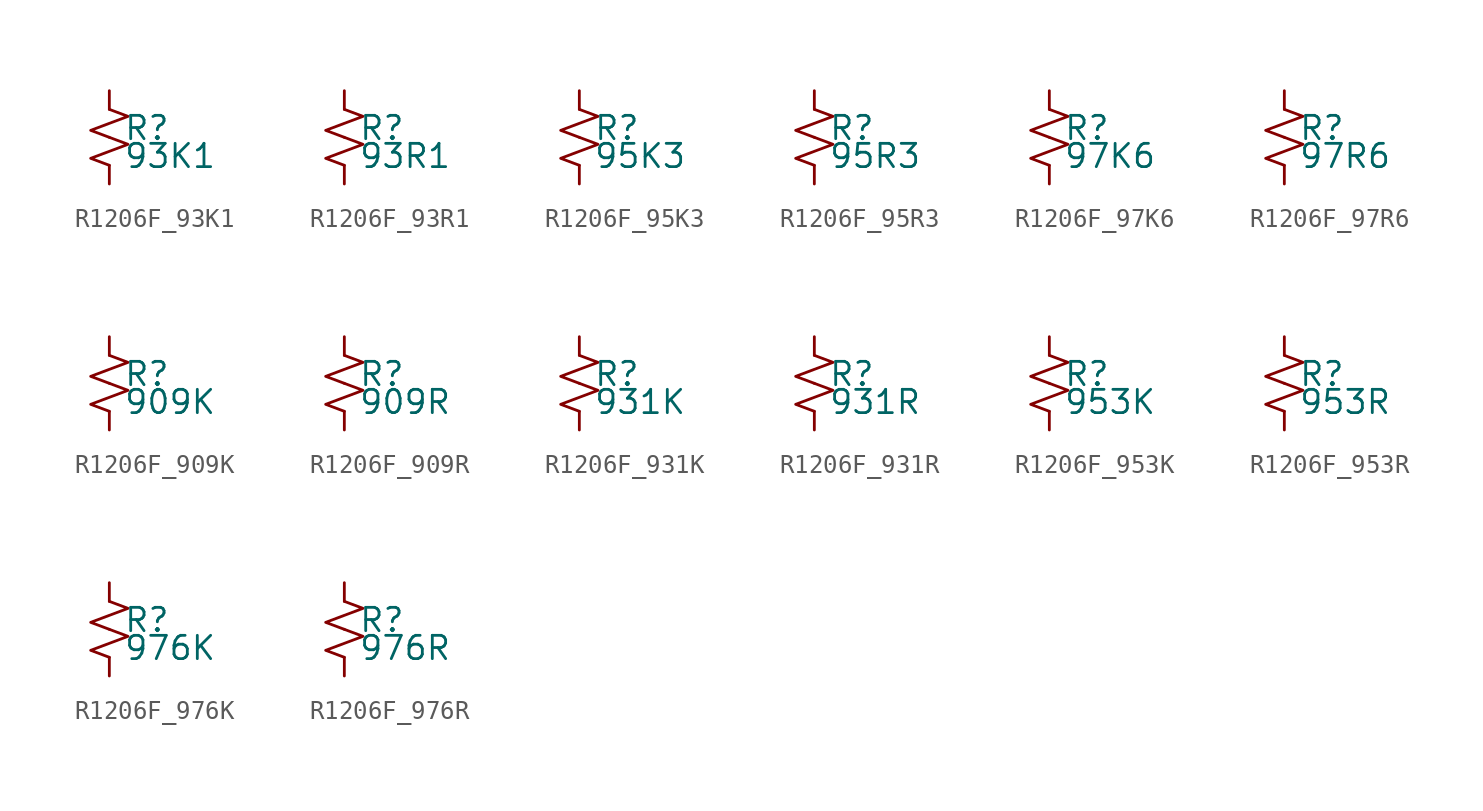
<source format=kicad_sym>
(kicad_symbol_lib
  (version 20220914)
  (generator kicad_symbol_editor)
  (symbol "R1206F_93K1"
    (pin_numbers hide)
    (pin_names
      (offset 0.254) hide)
    (property "Reference" "R"
      (at 0.762 0.508 0)
      (effects (font (size 1.27 1.27)) (justify left)))
    (property "Value" "93K1"
      (at 0.762 -1.016 0)
      (effects (font (size 1.27 1.27)) (justify left)))
    (symbol "R1206F_93K1_1_1"
      (polyline (pts (xy 0 0) (xy 1.016 -0.381) (xy 0 -0.762) (xy -1.016 -1.143) (xy 0 -1.524)) (stroke (width 0) (type default)) (fill (type none)))
      (polyline (pts (xy 0 1.524) (xy 1.016 1.143) (xy 0 0.762) (xy -1.016 0.381) (xy 0 0)) (stroke (width 0) (type default)) (fill (type none)))
      (pin passive line (at 0 2.54 270) (length 1.016) (name "~" (effects (font (size 1.27 1.27)))) (number "1" (effects (font (size 1.27 1.27)))))
      (pin passive line (at 0 -2.54 90) (length 1.016) (name "~" (effects (font (size 1.27 1.27)))) (number "2" (effects (font (size 1.27 1.27)))))))
  (symbol "R1206F_93R1"
    (pin_numbers hide)
    (pin_names
      (offset 0.254) hide)
    (property "Reference" "R"
      (at 0.762 0.508 0)
      (effects (font (size 1.27 1.27)) (justify left)))
    (property "Value" "93R1"
      (at 0.762 -1.016 0)
      (effects (font (size 1.27 1.27)) (justify left)))
    (symbol "R1206F_93R1_1_1"
      (polyline (pts (xy 0 0) (xy 1.016 -0.381) (xy 0 -0.762) (xy -1.016 -1.143) (xy 0 -1.524)) (stroke (width 0) (type default)) (fill (type none)))
      (polyline (pts (xy 0 1.524) (xy 1.016 1.143) (xy 0 0.762) (xy -1.016 0.381) (xy 0 0)) (stroke (width 0) (type default)) (fill (type none)))
      (pin passive line (at 0 2.54 270) (length 1.016) (name "~" (effects (font (size 1.27 1.27)))) (number "1" (effects (font (size 1.27 1.27)))))
      (pin passive line (at 0 -2.54 90) (length 1.016) (name "~" (effects (font (size 1.27 1.27)))) (number "2" (effects (font (size 1.27 1.27)))))))
  (symbol "R1206F_95K3"
    (pin_numbers hide)
    (pin_names
      (offset 0.254) hide)
    (property "Reference" "R"
      (at 0.762 0.508 0)
      (effects (font (size 1.27 1.27)) (justify left)))
    (property "Value" "95K3"
      (at 0.762 -1.016 0)
      (effects (font (size 1.27 1.27)) (justify left)))
    (symbol "R1206F_95K3_1_1"
      (polyline (pts (xy 0 0) (xy 1.016 -0.381) (xy 0 -0.762) (xy -1.016 -1.143) (xy 0 -1.524)) (stroke (width 0) (type default)) (fill (type none)))
      (polyline (pts (xy 0 1.524) (xy 1.016 1.143) (xy 0 0.762) (xy -1.016 0.381) (xy 0 0)) (stroke (width 0) (type default)) (fill (type none)))
      (pin passive line (at 0 2.54 270) (length 1.016) (name "~" (effects (font (size 1.27 1.27)))) (number "1" (effects (font (size 1.27 1.27)))))
      (pin passive line (at 0 -2.54 90) (length 1.016) (name "~" (effects (font (size 1.27 1.27)))) (number "2" (effects (font (size 1.27 1.27)))))))
  (symbol "R1206F_95R3"
    (pin_numbers hide)
    (pin_names
      (offset 0.254) hide)
    (property "Reference" "R"
      (at 0.762 0.508 0)
      (effects (font (size 1.27 1.27)) (justify left)))
    (property "Value" "95R3"
      (at 0.762 -1.016 0)
      (effects (font (size 1.27 1.27)) (justify left)))
    (symbol "R1206F_95R3_1_1"
      (polyline (pts (xy 0 0) (xy 1.016 -0.381) (xy 0 -0.762) (xy -1.016 -1.143) (xy 0 -1.524)) (stroke (width 0) (type default)) (fill (type none)))
      (polyline (pts (xy 0 1.524) (xy 1.016 1.143) (xy 0 0.762) (xy -1.016 0.381) (xy 0 0)) (stroke (width 0) (type default)) (fill (type none)))
      (pin passive line (at 0 2.54 270) (length 1.016) (name "~" (effects (font (size 1.27 1.27)))) (number "1" (effects (font (size 1.27 1.27)))))
      (pin passive line (at 0 -2.54 90) (length 1.016) (name "~" (effects (font (size 1.27 1.27)))) (number "2" (effects (font (size 1.27 1.27)))))))
  (symbol "R1206F_97K6"
    (pin_numbers hide)
    (pin_names
      (offset 0.254) hide)
    (property "Reference" "R"
      (at 0.762 0.508 0)
      (effects (font (size 1.27 1.27)) (justify left)))
    (property "Value" "97K6"
      (at 0.762 -1.016 0)
      (effects (font (size 1.27 1.27)) (justify left)))
    (symbol "R1206F_97K6_1_1"
      (polyline (pts (xy 0 0) (xy 1.016 -0.381) (xy 0 -0.762) (xy -1.016 -1.143) (xy 0 -1.524)) (stroke (width 0) (type default)) (fill (type none)))
      (polyline (pts (xy 0 1.524) (xy 1.016 1.143) (xy 0 0.762) (xy -1.016 0.381) (xy 0 0)) (stroke (width 0) (type default)) (fill (type none)))
      (pin passive line (at 0 2.54 270) (length 1.016) (name "~" (effects (font (size 1.27 1.27)))) (number "1" (effects (font (size 1.27 1.27)))))
      (pin passive line (at 0 -2.54 90) (length 1.016) (name "~" (effects (font (size 1.27 1.27)))) (number "2" (effects (font (size 1.27 1.27)))))))
  (symbol "R1206F_97R6"
    (pin_numbers hide)
    (pin_names
      (offset 0.254) hide)
    (property "Reference" "R"
      (at 0.762 0.508 0)
      (effects (font (size 1.27 1.27)) (justify left)))
    (property "Value" "97R6"
      (at 0.762 -1.016 0)
      (effects (font (size 1.27 1.27)) (justify left)))
    (symbol "R1206F_97R6_1_1"
      (polyline (pts (xy 0 0) (xy 1.016 -0.381) (xy 0 -0.762) (xy -1.016 -1.143) (xy 0 -1.524)) (stroke (width 0) (type default)) (fill (type none)))
      (polyline (pts (xy 0 1.524) (xy 1.016 1.143) (xy 0 0.762) (xy -1.016 0.381) (xy 0 0)) (stroke (width 0) (type default)) (fill (type none)))
      (pin passive line (at 0 2.54 270) (length 1.016) (name "~" (effects (font (size 1.27 1.27)))) (number "1" (effects (font (size 1.27 1.27)))))
      (pin passive line (at 0 -2.54 90) (length 1.016) (name "~" (effects (font (size 1.27 1.27)))) (number "2" (effects (font (size 1.27 1.27)))))))
  (symbol "R1206F_909K"
    (pin_numbers hide)
    (pin_names
      (offset 0.254) hide)
    (property "Reference" "R"
      (at 0.762 0.508 0)
      (effects (font (size 1.27 1.27)) (justify left)))
    (property "Value" "909K"
      (at 0.762 -1.016 0)
      (effects (font (size 1.27 1.27)) (justify left)))
    (symbol "R1206F_909K_1_1"
      (polyline (pts (xy 0 0) (xy 1.016 -0.381) (xy 0 -0.762) (xy -1.016 -1.143) (xy 0 -1.524)) (stroke (width 0) (type default)) (fill (type none)))
      (polyline (pts (xy 0 1.524) (xy 1.016 1.143) (xy 0 0.762) (xy -1.016 0.381) (xy 0 0)) (stroke (width 0) (type default)) (fill (type none)))
      (pin passive line (at 0 2.54 270) (length 1.016) (name "~" (effects (font (size 1.27 1.27)))) (number "1" (effects (font (size 1.27 1.27)))))
      (pin passive line (at 0 -2.54 90) (length 1.016) (name "~" (effects (font (size 1.27 1.27)))) (number "2" (effects (font (size 1.27 1.27)))))))
  (symbol "R1206F_909R"
    (pin_numbers hide)
    (pin_names
      (offset 0.254) hide)
    (property "Reference" "R"
      (at 0.762 0.508 0)
      (effects (font (size 1.27 1.27)) (justify left)))
    (property "Value" "909R"
      (at 0.762 -1.016 0)
      (effects (font (size 1.27 1.27)) (justify left)))
    (symbol "R1206F_909R_1_1"
      (polyline (pts (xy 0 0) (xy 1.016 -0.381) (xy 0 -0.762) (xy -1.016 -1.143) (xy 0 -1.524)) (stroke (width 0) (type default)) (fill (type none)))
      (polyline (pts (xy 0 1.524) (xy 1.016 1.143) (xy 0 0.762) (xy -1.016 0.381) (xy 0 0)) (stroke (width 0) (type default)) (fill (type none)))
      (pin passive line (at 0 2.54 270) (length 1.016) (name "~" (effects (font (size 1.27 1.27)))) (number "1" (effects (font (size 1.27 1.27)))))
      (pin passive line (at 0 -2.54 90) (length 1.016) (name "~" (effects (font (size 1.27 1.27)))) (number "2" (effects (font (size 1.27 1.27)))))))
  (symbol "R1206F_931K"
    (pin_numbers hide)
    (pin_names
      (offset 0.254) hide)
    (property "Reference" "R"
      (at 0.762 0.508 0)
      (effects (font (size 1.27 1.27)) (justify left)))
    (property "Value" "931K"
      (at 0.762 -1.016 0)
      (effects (font (size 1.27 1.27)) (justify left)))
    (symbol "R1206F_931K_1_1"
      (polyline (pts (xy 0 0) (xy 1.016 -0.381) (xy 0 -0.762) (xy -1.016 -1.143) (xy 0 -1.524)) (stroke (width 0) (type default)) (fill (type none)))
      (polyline (pts (xy 0 1.524) (xy 1.016 1.143) (xy 0 0.762) (xy -1.016 0.381) (xy 0 0)) (stroke (width 0) (type default)) (fill (type none)))
      (pin passive line (at 0 2.54 270) (length 1.016) (name "~" (effects (font (size 1.27 1.27)))) (number "1" (effects (font (size 1.27 1.27)))))
      (pin passive line (at 0 -2.54 90) (length 1.016) (name "~" (effects (font (size 1.27 1.27)))) (number "2" (effects (font (size 1.27 1.27)))))))
  (symbol "R1206F_931R"
    (pin_numbers hide)
    (pin_names
      (offset 0.254) hide)
    (property "Reference" "R"
      (at 0.762 0.508 0)
      (effects (font (size 1.27 1.27)) (justify left)))
    (property "Value" "931R"
      (at 0.762 -1.016 0)
      (effects (font (size 1.27 1.27)) (justify left)))
    (symbol "R1206F_931R_1_1"
      (polyline (pts (xy 0 0) (xy 1.016 -0.381) (xy 0 -0.762) (xy -1.016 -1.143) (xy 0 -1.524)) (stroke (width 0) (type default)) (fill (type none)))
      (polyline (pts (xy 0 1.524) (xy 1.016 1.143) (xy 0 0.762) (xy -1.016 0.381) (xy 0 0)) (stroke (width 0) (type default)) (fill (type none)))
      (pin passive line (at 0 2.54 270) (length 1.016) (name "~" (effects (font (size 1.27 1.27)))) (number "1" (effects (font (size 1.27 1.27)))))
      (pin passive line (at 0 -2.54 90) (length 1.016) (name "~" (effects (font (size 1.27 1.27)))) (number "2" (effects (font (size 1.27 1.27)))))))
  (symbol "R1206F_953K"
    (pin_numbers hide)
    (pin_names
      (offset 0.254) hide)
    (property "Reference" "R"
      (at 0.762 0.508 0)
      (effects (font (size 1.27 1.27)) (justify left)))
    (property "Value" "953K"
      (at 0.762 -1.016 0)
      (effects (font (size 1.27 1.27)) (justify left)))
    (symbol "R1206F_953K_1_1"
      (polyline (pts (xy 0 0) (xy 1.016 -0.381) (xy 0 -0.762) (xy -1.016 -1.143) (xy 0 -1.524)) (stroke (width 0) (type default)) (fill (type none)))
      (polyline (pts (xy 0 1.524) (xy 1.016 1.143) (xy 0 0.762) (xy -1.016 0.381) (xy 0 0)) (stroke (width 0) (type default)) (fill (type none)))
      (pin passive line (at 0 2.54 270) (length 1.016) (name "~" (effects (font (size 1.27 1.27)))) (number "1" (effects (font (size 1.27 1.27)))))
      (pin passive line (at 0 -2.54 90) (length 1.016) (name "~" (effects (font (size 1.27 1.27)))) (number "2" (effects (font (size 1.27 1.27)))))))
  (symbol "R1206F_953R"
    (pin_numbers hide)
    (pin_names
      (offset 0.254) hide)
    (property "Reference" "R"
      (at 0.762 0.508 0)
      (effects (font (size 1.27 1.27)) (justify left)))
    (property "Value" "953R"
      (at 0.762 -1.016 0)
      (effects (font (size 1.27 1.27)) (justify left)))
    (symbol "R1206F_953R_1_1"
      (polyline (pts (xy 0 0) (xy 1.016 -0.381) (xy 0 -0.762) (xy -1.016 -1.143) (xy 0 -1.524)) (stroke (width 0) (type default)) (fill (type none)))
      (polyline (pts (xy 0 1.524) (xy 1.016 1.143) (xy 0 0.762) (xy -1.016 0.381) (xy 0 0)) (stroke (width 0) (type default)) (fill (type none)))
      (pin passive line (at 0 2.54 270) (length 1.016) (name "~" (effects (font (size 1.27 1.27)))) (number "1" (effects (font (size 1.27 1.27)))))
      (pin passive line (at 0 -2.54 90) (length 1.016) (name "~" (effects (font (size 1.27 1.27)))) (number "2" (effects (font (size 1.27 1.27)))))))
  (symbol "R1206F_976K"
    (pin_numbers hide)
    (pin_names
      (offset 0.254) hide)
    (property "Reference" "R"
      (at 0.762 0.508 0)
      (effects (font (size 1.27 1.27)) (justify left)))
    (property "Value" "976K"
      (at 0.762 -1.016 0)
      (effects (font (size 1.27 1.27)) (justify left)))
    (symbol "R1206F_976K_1_1"
      (polyline (pts (xy 0 0) (xy 1.016 -0.381) (xy 0 -0.762) (xy -1.016 -1.143) (xy 0 -1.524)) (stroke (width 0) (type default)) (fill (type none)))
      (polyline (pts (xy 0 1.524) (xy 1.016 1.143) (xy 0 0.762) (xy -1.016 0.381) (xy 0 0)) (stroke (width 0) (type default)) (fill (type none)))
      (pin passive line (at 0 2.54 270) (length 1.016) (name "~" (effects (font (size 1.27 1.27)))) (number "1" (effects (font (size 1.27 1.27)))))
      (pin passive line (at 0 -2.54 90) (length 1.016) (name "~" (effects (font (size 1.27 1.27)))) (number "2" (effects (font (size 1.27 1.27)))))))
  (symbol "R1206F_976R"
    (pin_numbers hide)
    (pin_names
      (offset 0.254) hide)
    (property "Reference" "R"
      (at 0.762 0.508 0)
      (effects (font (size 1.27 1.27)) (justify left)))
    (property "Value" "976R"
      (at 0.762 -1.016 0)
      (effects (font (size 1.27 1.27)) (justify left)))
    (symbol "R1206F_976R_1_1"
      (polyline (pts (xy 0 0) (xy 1.016 -0.381) (xy 0 -0.762) (xy -1.016 -1.143) (xy 0 -1.524)) (stroke (width 0) (type default)) (fill (type none)))
      (polyline (pts (xy 0 1.524) (xy 1.016 1.143) (xy 0 0.762) (xy -1.016 0.381) (xy 0 0)) (stroke (width 0) (type default)) (fill (type none)))
      (pin passive line (at 0 2.54 270) (length 1.016) (name "~" (effects (font (size 1.27 1.27)))) (number "1" (effects (font (size 1.27 1.27)))))
      (pin passive line (at 0 -2.54 90) (length 1.016) (name "~" (effects (font (size 1.27 1.27)))) (number "2" (effects (font (size 1.27 1.27))))))))
</source>
